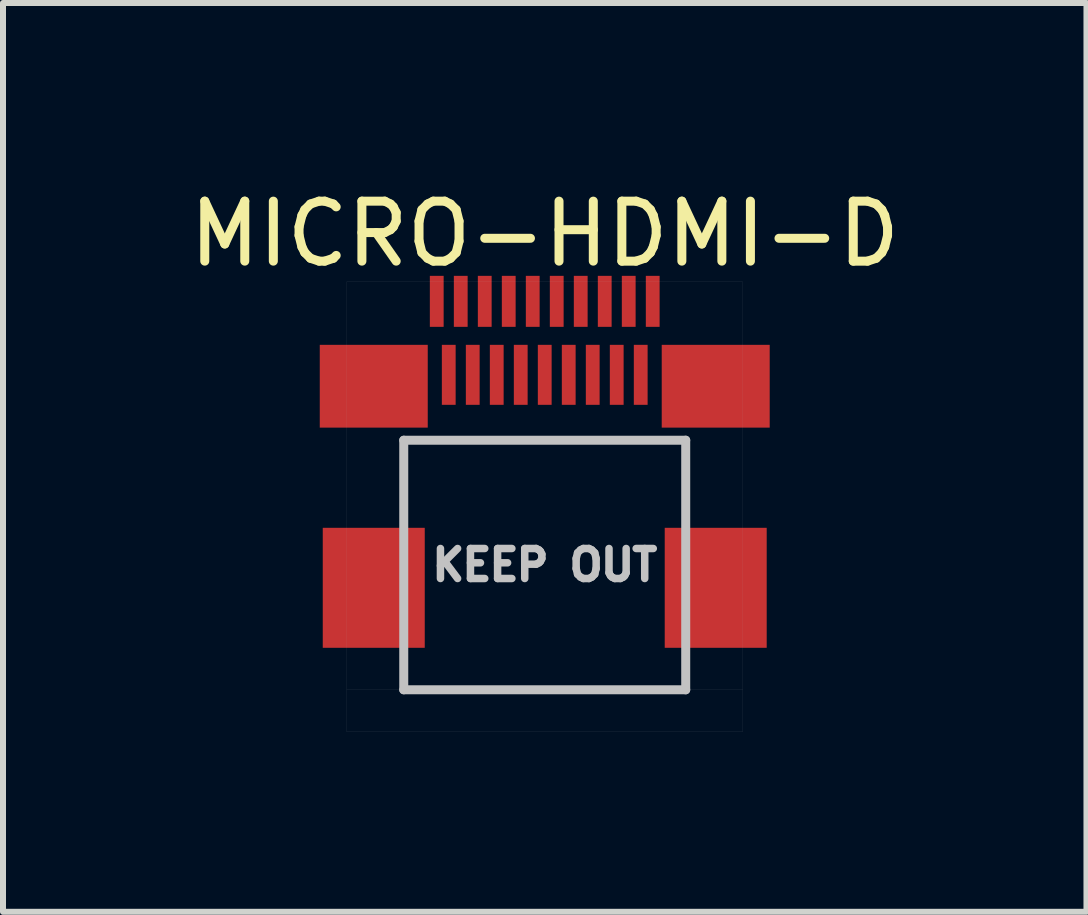
<source format=kicad_pcb>
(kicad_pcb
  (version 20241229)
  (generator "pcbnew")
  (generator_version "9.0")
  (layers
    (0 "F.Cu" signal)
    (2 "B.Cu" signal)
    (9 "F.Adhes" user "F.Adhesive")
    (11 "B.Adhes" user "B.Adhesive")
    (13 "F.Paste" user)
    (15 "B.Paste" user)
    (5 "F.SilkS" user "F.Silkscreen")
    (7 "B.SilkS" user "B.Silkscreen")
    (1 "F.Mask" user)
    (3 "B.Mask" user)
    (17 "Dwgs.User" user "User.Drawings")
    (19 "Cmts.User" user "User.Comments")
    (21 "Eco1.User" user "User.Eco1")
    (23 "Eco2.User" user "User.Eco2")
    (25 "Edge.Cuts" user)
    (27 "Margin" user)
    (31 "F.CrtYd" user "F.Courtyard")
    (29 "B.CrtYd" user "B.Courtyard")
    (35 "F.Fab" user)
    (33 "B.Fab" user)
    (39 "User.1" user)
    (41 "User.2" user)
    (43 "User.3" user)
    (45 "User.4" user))
  (footprint "MICRO-HDMI-D"
    (layer "F.Cu")
    (at 6.03 8.448)
    (property "Reference" "MICRO-HDMI-D" (at 0 -7.6 0) (layer "F.SilkS") (effects (font (size 1 1) (thickness 0.15))))
    (attr smd)
    (fp_line (start -2.35 -4.16) (end -2.35 0) (stroke (width 0.15) (type solid)) (layer "Dwgs.User"))
    (fp_line (start -2.35 0) (end 2.35 0) (stroke (width 0.15) (type solid)) (layer "Dwgs.User"))
    (fp_line (start 2.35 -4.16) (end -2.35 -4.16) (stroke (width 0.15) (type solid)) (layer "Dwgs.User"))
    (fp_line (start 2.35 0) (end 2.35 -4.16) (stroke (width 0.15) (type solid)) (layer "Dwgs.User"))
    (fp_line (start -3.3 -6.8) (end 3.3 -6.8) (stroke (width 0.001) (type solid)) (layer "F.Fab"))
    (fp_line (start -3.3 0) (end -3.3 -6.8) (stroke (width 0.001) (type solid)) (layer "F.Fab"))
    (fp_line (start -3.3 0) (end -3.3 0.7) (stroke (width 0.001) (type solid)) (layer "F.Fab"))
    (fp_line (start -3.3 0.7) (end 3.3 0.7) (stroke (width 0.001) (type solid)) (layer "F.Fab"))
    (fp_line (start 3.3 -6.8) (end 3.3 0) (stroke (width 0.001) (type solid)) (layer "F.Fab"))
    (fp_line (start 3.3 0) (end -3.3 0) (stroke (width 0.001) (type solid)) (layer "F.Fab"))
    (fp_line (start 3.3 0.7) (end 3.3 0) (stroke (width 0.001) (type solid)) (layer "F.Fab"))
    (fp_text user "KEEP OUT" (at 0 -2.08 0) (layer "Dwgs.User") (effects (font (size 0.5 0.5) (thickness 0.125))))
    (pad "1" smd rect (at 1.8 -6.475) (size 0.23 0.85) (layers "F.Cu" "F.Mask" "F.Paste"))
    (pad "2" smd rect (at 1.6 -5.25) (size 0.23 1) (layers "F.Cu" "F.Mask" "F.Paste"))
    (pad "3" smd rect (at 1.4 -6.475) (size 0.23 0.85) (layers "F.Cu" "F.Mask" "F.Paste"))
    (pad "4" smd rect (at 1.2 -5.25) (size 0.23 1) (layers "F.Cu" "F.Mask" "F.Paste"))
    (pad "5" smd rect (at 1 -6.475) (size 0.23 0.85) (layers "F.Cu" "F.Mask" "F.Paste"))
    (pad "6" smd rect (at 0.8 -5.25) (size 0.23 1) (layers "F.Cu" "F.Mask" "F.Paste"))
    (pad "7" smd rect (at 0.6 -6.475) (size 0.23 0.85) (layers "F.Cu" "F.Mask" "F.Paste"))
    (pad "8" smd rect (at 0.4 -5.25) (size 0.23 1) (layers "F.Cu" "F.Mask" "F.Paste"))
    (pad "9" smd rect (at 0.2 -6.475) (size 0.23 0.85) (layers "F.Cu" "F.Mask" "F.Paste"))
    (pad "10" smd rect (at 0 -5.25) (size 0.23 1) (layers "F.Cu" "F.Mask" "F.Paste"))
    (pad "11" smd rect (at -0.2 -6.475) (size 0.23 0.85) (layers "F.Cu" "F.Mask" "F.Paste"))
    (pad "12" smd rect (at -0.4 -5.25) (size 0.23 1) (layers "F.Cu" "F.Mask" "F.Paste"))
    (pad "13" smd rect (at -0.6 -6.475) (size 0.23 0.85) (layers "F.Cu" "F.Mask" "F.Paste"))
    (pad "14" smd rect (at -0.8 -5.25) (size 0.23 1) (layers "F.Cu" "F.Mask" "F.Paste"))
    (pad "15" smd rect (at -1 -6.475) (size 0.23 0.85) (layers "F.Cu" "F.Mask" "F.Paste"))
    (pad "16" smd rect (at -1.2 -5.25) (size 0.23 1) (layers "F.Cu" "F.Mask" "F.Paste"))
    (pad "17" smd rect (at -1.4 -6.475) (size 0.23 0.85) (layers "F.Cu" "F.Mask" "F.Paste"))
    (pad "18" smd rect (at -1.6 -5.25) (size 0.23 1) (layers "F.Cu" "F.Mask" "F.Paste"))
    (pad "19" smd rect (at -1.8 -6.475) (size 0.23 0.85) (layers "F.Cu" "F.Mask" "F.Paste"))
    (pad "SHD" smd rect (at -2.85 -5.06) (size 1.8 1.38) (layers "F.Cu" "F.Mask" "F.Paste"))
    (pad "SHD" smd rect (at -2.85 -1.7) (size 1.7 2) (layers "F.Cu" "F.Mask" "F.Paste"))
    (pad "SHD" smd rect (at 2.85 -5.06) (size 1.8 1.38) (layers "F.Cu" "F.Mask" "F.Paste"))
    (pad "SHD" smd rect (at 2.85 -1.7) (size 1.7 2) (layers "F.Cu" "F.Mask" "F.Paste")))
  (gr_rect
    (start -3 -3)
    (end 15.06 12.149)
    (stroke (width 0.1) (type default))
    (fill no)
    (layer "Edge.Cuts")))
</source>
